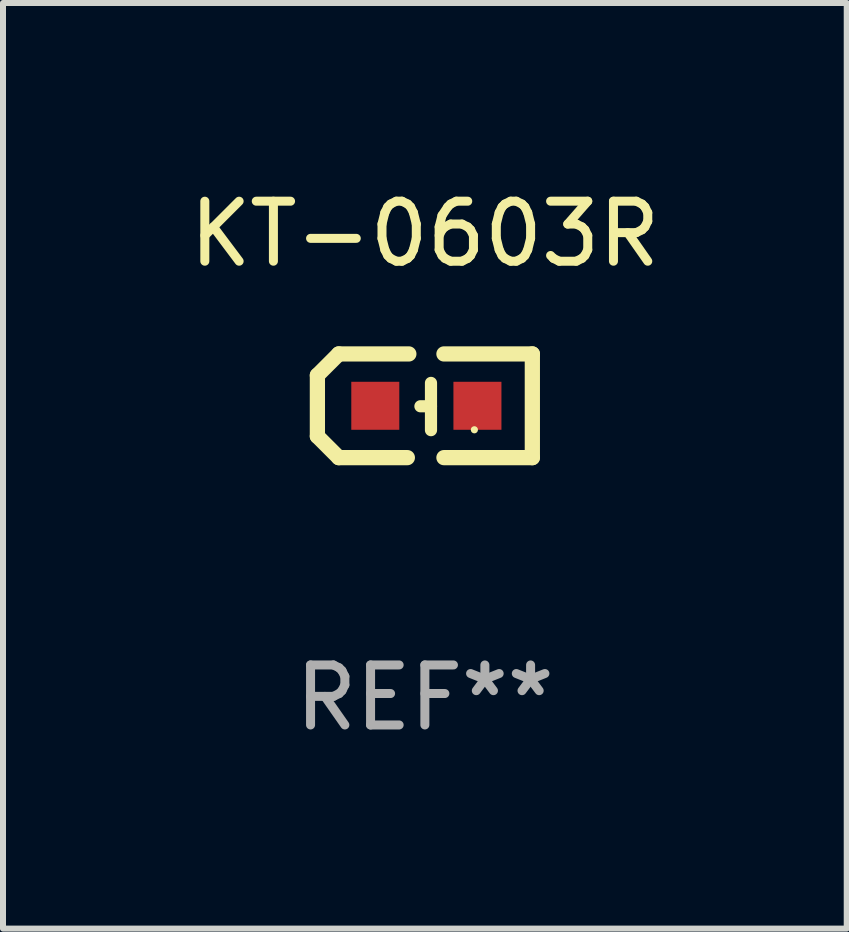
<source format=kicad_pcb>
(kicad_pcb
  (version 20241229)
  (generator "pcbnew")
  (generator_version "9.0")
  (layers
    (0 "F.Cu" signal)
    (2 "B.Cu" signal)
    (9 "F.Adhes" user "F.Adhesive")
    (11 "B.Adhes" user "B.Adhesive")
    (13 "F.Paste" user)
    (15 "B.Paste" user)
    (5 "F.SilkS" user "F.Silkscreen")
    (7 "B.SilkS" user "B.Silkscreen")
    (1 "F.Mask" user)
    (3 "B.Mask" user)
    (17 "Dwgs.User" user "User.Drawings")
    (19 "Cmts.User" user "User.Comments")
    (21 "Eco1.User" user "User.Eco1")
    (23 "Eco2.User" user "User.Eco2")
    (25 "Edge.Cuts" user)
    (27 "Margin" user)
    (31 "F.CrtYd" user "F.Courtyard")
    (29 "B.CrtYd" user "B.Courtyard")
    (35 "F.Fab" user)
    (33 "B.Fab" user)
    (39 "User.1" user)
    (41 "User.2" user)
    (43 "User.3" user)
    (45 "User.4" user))
  (footprint "KT-0603R"
    (layer "F.Cu")
    (at 4.03 3.712)
    (property "Reference" "KT-0603R" (at 0 -2.864 0) (layer "F.SilkS") (effects (font (size 1 1) (thickness 0.15))))
    (attr through_hole)
    (fp_line (start -1.791 -0.508) (end -1.435 -0.864) (stroke (width 0.254) (type solid)) (layer "F.SilkS"))
    (fp_line (start -1.791 0.508) (end -1.791 -0.508) (stroke (width 0.254) (type solid)) (layer "F.SilkS"))
    (fp_line (start -1.435 0.864) (end -1.791 0.508) (stroke (width 0.254) (type solid)) (layer "F.SilkS"))
    (fp_line (start -0.292 0.864) (end -1.435 0.864) (stroke (width 0.254) (type solid)) (layer "F.SilkS"))
    (fp_line (start -0.267 -0.864) (end -1.435 -0.864) (stroke (width 0.254) (type solid)) (layer "F.SilkS"))
    (fp_line (start 0.102 0.008) (end -0.074 0.008) (stroke (width 0.203) (type solid)) (layer "F.SilkS"))
    (fp_line (start 0.102 0.406) (end 0.102 -0.381) (stroke (width 0.203) (type solid)) (layer "F.SilkS"))
    (fp_line (start 1.791 -0.864) (end 0.318 -0.864) (stroke (width 0.254) (type solid)) (layer "F.SilkS"))
    (fp_line (start 1.791 0.864) (end 0.318 0.864) (stroke (width 0.254) (type solid)) (layer "F.SilkS"))
    (fp_line (start 1.791 0.864) (end 1.791 -0.864) (stroke (width 0.254) (type solid)) (layer "F.SilkS"))
    (fp_circle (center 0.825 0.4) (end 0.855 0.4) (stroke (width 0.06) (type solid)) (fill no) (layer "F.SilkS"))
    (fp_text user "REF**" (at 0 4.864 0) (layer "F.Fab") (effects (font (size 1 1) (thickness 0.15))))
    (pad "1" smd rect (at 0.876 0 90) (size 0.8 0.8) (layers "F.Cu" "F.Mask" "F.Paste"))
    (pad "2" smd rect (at -0.826 0 90) (size 0.8 0.8) (layers "F.Cu" "F.Mask" "F.Paste")))
  (gr_rect
    (start -3 -3)
    (end 11.06 12.424)
    (stroke (width 0.1) (type default))
    (fill no)
    (layer "Edge.Cuts")))
</source>
